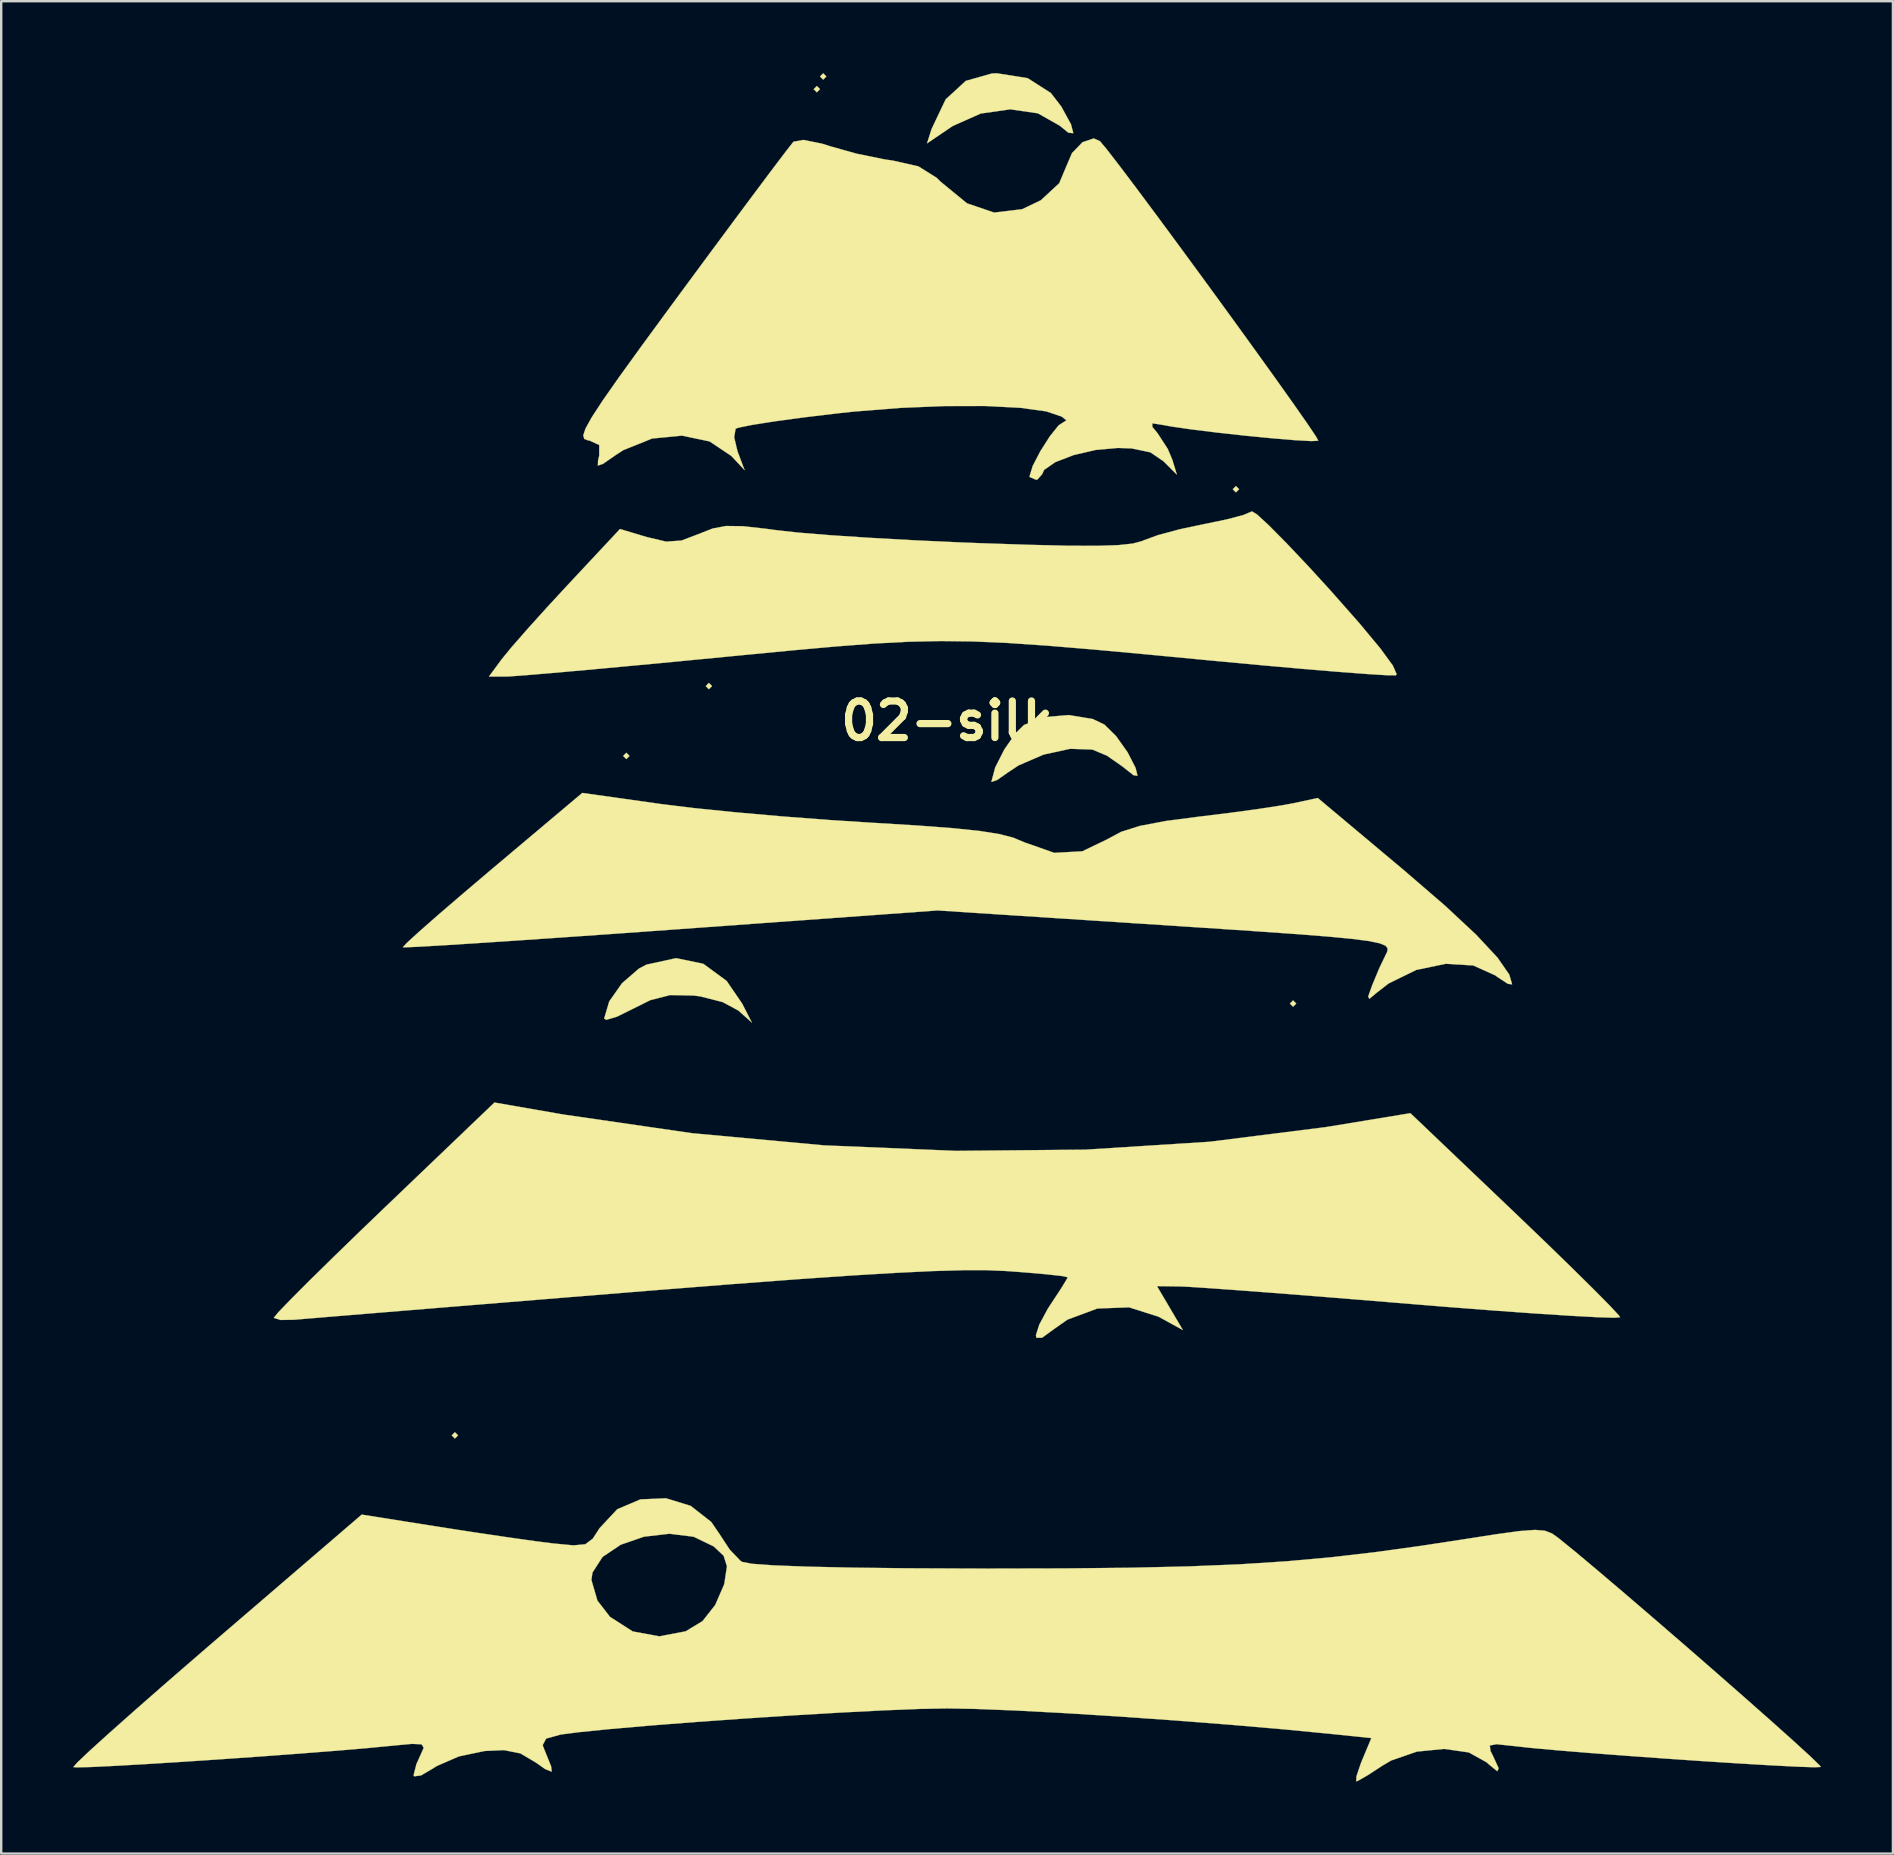
<source format=kicad_pcb>
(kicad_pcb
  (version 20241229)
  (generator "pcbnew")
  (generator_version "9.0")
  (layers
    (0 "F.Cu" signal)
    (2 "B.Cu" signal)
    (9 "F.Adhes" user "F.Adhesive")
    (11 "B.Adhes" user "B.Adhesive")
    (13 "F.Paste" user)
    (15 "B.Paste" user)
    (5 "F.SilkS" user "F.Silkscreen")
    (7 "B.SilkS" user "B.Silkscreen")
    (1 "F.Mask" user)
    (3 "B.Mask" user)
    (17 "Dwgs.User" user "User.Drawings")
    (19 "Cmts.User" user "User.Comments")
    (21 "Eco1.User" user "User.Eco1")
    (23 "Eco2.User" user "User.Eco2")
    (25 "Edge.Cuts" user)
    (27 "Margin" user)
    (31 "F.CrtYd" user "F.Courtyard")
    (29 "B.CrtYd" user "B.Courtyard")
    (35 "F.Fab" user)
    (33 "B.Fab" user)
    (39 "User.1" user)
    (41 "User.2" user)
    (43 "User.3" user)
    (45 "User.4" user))
  (footprint "02-silk"
    (layer "F.Cu")
    (at 36.409 26.992)
    (property "Reference" "02-silk" (at 0 0 0) (layer "F.SilkS") (effects (font (size 1.524 1.524) (thickness 0.3))))
    (attr through_hole)
    (fp_poly (pts (xy -20.373 29.766) (xy -20.505 29.898) (xy -20.638 29.766) (xy -20.505 29.633) (xy -20.373 29.766)) (stroke (width 0.01) (type solid)) (fill yes) (layer "F.SilkS"))
    (fp_poly (pts (xy -13.229 1.455) (xy -13.361 1.587) (xy -13.494 1.455) (xy -13.361 1.323) (xy -13.229 1.455)) (stroke (width 0.01) (type solid)) (fill yes) (layer "F.SilkS"))
    (fp_poly (pts (xy -9.79 -1.455) (xy -9.922 -1.323) (xy -10.054 -1.455) (xy -9.922 -1.587) (xy -9.79 -1.455)) (stroke (width 0.01) (type solid)) (fill yes) (layer "F.SilkS"))
    (fp_poly (pts (xy -5.292 -26.326) (xy -5.424 -26.194) (xy -5.556 -26.326) (xy -5.424 -26.458) (xy -5.292 -26.326)) (stroke (width 0.01) (type solid)) (fill yes) (layer "F.SilkS"))
    (fp_poly (pts (xy -5.027 -26.855) (xy -5.159 -26.723) (xy -5.292 -26.855) (xy -5.159 -26.988) (xy -5.027 -26.855)) (stroke (width 0.01) (type solid)) (fill yes) (layer "F.SilkS"))
    (fp_poly (pts (xy 12.171 -9.657) (xy 12.039 -9.525) (xy 11.906 -9.657) (xy 12.039 -9.79) (xy 12.171 -9.657)) (stroke (width 0.01) (type solid)) (fill yes) (layer "F.SilkS"))
    (fp_poly (pts (xy 14.552 11.774) (xy 14.42 11.906) (xy 14.287 11.774) (xy 14.42 11.642) (xy 14.552 11.774)) (stroke (width 0.01) (type solid)) (fill yes) (layer "F.SilkS"))
    (fp_poly (pts (xy 3.361 -26.785) (xy 4.327 -26.167) (xy 4.761 -25.605) (xy 5.165 -24.866) (xy 5.263 -24.493) (xy 5.057 -24.512) (xy 4.696 -24.806) (xy 3.787 -25.32) (xy 2.637 -25.487) (xy 1.402 -25.31) (xy 0.238 -24.792) (xy 0.15 -24.733) (xy -0.833 -24.067) (xy -0.643 -24.667) (xy -0.055 -25.903) (xy 0.783 -26.673) (xy 1.873 -26.981) (xy 2.082 -26.988) (xy 3.361 -26.785)) (stroke (width 0.01) (type solid)) (fill yes) (layer "F.SilkS"))
    (fp_poly (pts (xy -10.155 10.116) (xy -9.182 10.831) (xy -8.536 11.773) (xy -8.13 12.568) (xy -8.692 12.066) (xy -9.346 11.713) (xy -10.283 11.474) (xy -10.564 11.439) (xy -11.539 11.42) (xy -12.364 11.632) (xy -13.08 11.988) (xy -13.75 12.319) (xy -14.189 12.451) (xy -14.287 12.404) (xy -14.076 11.687) (xy -13.542 10.927) (xy -12.837 10.317) (xy -12.523 10.151) (xy -11.288 9.882) (xy -10.155 10.116)) (stroke (width 0.01) (type solid)) (fill yes) (layer "F.SilkS"))
    (fp_poly (pts (xy 6.066 -0.085) (xy 6.557 0.148) (xy 7.043 0.627) (xy 7.523 1.301) (xy 7.86 1.958) (xy 7.938 2.282) (xy 7.774 2.261) (xy 7.378 1.95) (xy 7.342 1.918) (xy 6.667 1.446) (xy 6.055 1.19) (xy 5.128 1.159) (xy 4.024 1.4) (xy 2.979 1.851) (xy 2.548 2.137) (xy 2.084 2.461) (xy 1.857 2.539) (xy 1.852 2.524) (xy 2.009 1.933) (xy 2.392 1.181) (xy 2.869 0.496) (xy 3.206 0.167) (xy 4.038 -0.162) (xy 5.076 -0.247) (xy 6.066 -0.085)) (stroke (width 0.01) (type solid)) (fill yes) (layer "F.SilkS"))
    (fp_poly (pts (xy -11.898 3.462) (xy -10.548 3.628) (xy -8.825 3.803) (xy -6.886 3.974) (xy -4.887 4.126) (xy -3.175 4.236) (xy -1.237 4.354) (xy 0.248 4.466) (xy 1.358 4.581) (xy 2.167 4.709) (xy 2.754 4.859) (xy 3.193 5.042) (xy 3.211 5.051) (xy 4.47 5.494) (xy 5.637 5.429) (xy 6.655 4.94) (xy 7.248 4.621) (xy 8.03 4.372) (xy 9.12 4.165) (xy 10.463 3.99) (xy 11.768 3.83) (xy 12.988 3.664) (xy 13.96 3.514) (xy 14.405 3.432) (xy 15.449 3.208) (xy 19.036 6.216) (xy 20.756 7.699) (xy 22.051 8.907) (xy 22.936 9.857) (xy 23.428 10.566) (xy 23.548 10.974) (xy 23.37 10.952) (xy 22.933 10.666) (xy 22.851 10.603) (xy 21.927 10.186) (xy 20.776 10.117) (xy 19.551 10.373) (xy 18.404 10.934) (xy 17.921 11.308) (xy 17.595 11.579) (xy 17.551 11.476) (xy 17.714 11.016) (xy 18.015 10.292) (xy 18.259 9.784) (xy 18.341 9.619) (xy 18.362 9.482) (xy 18.275 9.365) (xy 18.033 9.264) (xy 17.589 9.17) (xy 16.896 9.08) (xy 15.908 8.985) (xy 14.577 8.88) (xy 12.857 8.76) (xy 10.7 8.616) (xy 8.202 8.453) (xy -0.397 7.894) (xy -11.5 8.697) (xy -13.866 8.867) (xy -16.063 9.02) (xy -18.037 9.155) (xy -19.732 9.267) (xy -21.092 9.353) (xy -22.065 9.409) (xy -22.593 9.431) (xy -22.675 9.428) (xy -22.506 9.244) (xy -21.992 8.774) (xy -21.195 8.074) (xy -20.175 7.197) (xy -18.996 6.196) (xy -18.972 6.176) (xy -15.197 2.997) (xy -11.898 3.462)) (stroke (width 0.01) (type solid)) (fill yes) (layer "F.SilkS"))
    (fp_poly (pts (xy 12.91 -8.613) (xy 13.411 -8.152) (xy 14.145 -7.411) (xy 15.054 -6.45) (xy 15.962 -5.457) (xy 17.181 -4.076) (xy 18.057 -3.022) (xy 18.579 -2.308) (xy 18.737 -1.946) (xy 18.698 -1.903) (xy 18.339 -1.906) (xy 17.526 -1.956) (xy 16.331 -2.046) (xy 14.826 -2.171) (xy 13.083 -2.326) (xy 11.175 -2.503) (xy 11.07 -2.513) (xy 8.364 -2.771) (xy 6.099 -2.979) (xy 4.189 -3.138) (xy 2.55 -3.25) (xy 1.094 -3.314) (xy -0.263 -3.331) (xy -1.608 -3.302) (xy -3.025 -3.228) (xy -4.601 -3.108) (xy -6.422 -2.945) (xy -8.572 -2.738) (xy -9.293 -2.668) (xy -11.373 -2.467) (xy -13.309 -2.285) (xy -15.032 -2.126) (xy -16.472 -1.998) (xy -17.559 -1.907) (xy -18.223 -1.858) (xy -18.373 -1.852) (xy -19.086 -1.852) (xy -18.549 -2.58) (xy -18.157 -3.06) (xy -17.495 -3.817) (xy -16.66 -4.743) (xy -15.819 -5.653) (xy -13.626 -8) (xy -12.504 -7.663) (xy -11.698 -7.474) (xy -11.065 -7.519) (xy -10.345 -7.793) (xy -9.767 -8.02) (xy -9.208 -8.125) (xy -8.506 -8.117) (xy -7.496 -8.004) (xy -7.102 -7.95) (xy -6.182 -7.849) (xy -4.845 -7.74) (xy -3.203 -7.632) (xy -1.369 -7.53) (xy 0.545 -7.442) (xy 1.309 -7.412) (xy 3.403 -7.342) (xy 5.03 -7.304) (xy 6.254 -7.299) (xy 7.134 -7.328) (xy 7.735 -7.392) (xy 8.117 -7.493) (xy 8.189 -7.525) (xy 8.792 -7.746) (xy 9.714 -7.993) (xy 10.716 -8.205) (xy 11.647 -8.398) (xy 12.355 -8.585) (xy 12.694 -8.729) (xy 12.7 -8.737) (xy 12.91 -8.613)) (stroke (width 0.01) (type solid)) (fill yes) (layer "F.SilkS"))
    (fp_poly (pts (xy -15.977 16.398) (xy -10.61 17.177) (xy -5.122 17.682) (xy 0.374 17.911) (xy 5.766 17.861) (xy 10.94 17.532) (xy 15.784 16.921) (xy 15.938 16.896) (xy 19.308 16.341) (xy 23.677 20.506) (xy 24.927 21.705) (xy 26.037 22.784) (xy 26.954 23.69) (xy 27.624 24.368) (xy 27.992 24.765) (xy 28.046 24.844) (xy 27.793 24.864) (xy 27.074 24.842) (xy 25.951 24.781) (xy 24.485 24.686) (xy 22.739 24.561) (xy 20.773 24.409) (xy 19.381 24.295) (xy 17.248 24.12) (xy 15.245 23.959) (xy 13.444 23.818) (xy 11.915 23.703) (xy 10.73 23.619) (xy 9.96 23.57) (xy 9.732 23.561) (xy 8.749 23.548) (xy 9.828 25.377) (xy 8.812 24.82) (xy 7.587 24.432) (xy 6.265 24.48) (xy 5.018 24.944) (xy 4.499 25.307) (xy 3.962 25.698) (xy 3.725 25.7) (xy 3.704 25.593) (xy 3.845 25.15) (xy 4.198 24.494) (xy 4.366 24.235) (xy 4.764 23.63) (xy 5 23.241) (xy 5.027 23.177) (xy 4.782 23.125) (xy 4.122 23.052) (xy 3.159 22.969) (xy 2.447 22.917) (xy 1.656 22.885) (xy 0.657 22.885) (xy -0.591 22.92) (xy -2.133 22.994) (xy -4.013 23.107) (xy -6.274 23.263) (xy -8.96 23.465) (xy -12.115 23.714) (xy -13.229 23.804) (xy -15.837 24.015) (xy -18.306 24.217) (xy -20.582 24.402) (xy -22.611 24.568) (xy -24.338 24.71) (xy -25.708 24.823) (xy -26.666 24.903) (xy -27.159 24.945) (xy -27.186 24.948) (xy -27.77 24.958) (xy -28.043 24.873) (xy -28.046 24.86) (xy -27.863 24.637) (xy -27.348 24.103) (xy -26.555 23.308) (xy -25.535 22.306) (xy -24.342 21.149) (xy -23.452 20.294) (xy -18.857 15.897) (xy -15.977 16.398)) (stroke (width 0.01) (type solid)) (fill yes) (layer "F.SilkS"))
    (fp_poly (pts (xy 6.372 -24.161) (xy 6.656 -23.822) (xy 7.182 -23.142) (xy 7.903 -22.186) (xy 8.772 -21.019) (xy 9.741 -19.706) (xy 10.764 -18.31) (xy 11.793 -16.898) (xy 12.781 -15.532) (xy 13.682 -14.279) (xy 14.447 -13.202) (xy 15.031 -12.367) (xy 15.385 -11.838) (xy 15.47 -11.678) (xy 15.182 -11.663) (xy 14.492 -11.701) (xy 13.525 -11.782) (xy 12.404 -11.891) (xy 11.254 -12.018) (xy 10.197 -12.148) (xy 9.358 -12.269) (xy 9.003 -12.334) (xy 8.554 -12.404) (xy 8.557 -12.252) (xy 8.773 -11.992) (xy 9.201 -11.333) (xy 9.388 -10.888) (xy 9.577 -10.267) (xy 9.022 -10.822) (xy 8.472 -11.195) (xy 7.692 -11.358) (xy 7.118 -11.377) (xy 6.196 -11.294) (xy 5.279 -11.081) (xy 4.513 -10.786) (xy 4.045 -10.462) (xy 3.969 -10.289) (xy 3.767 -10.061) (xy 3.704 -10.054) (xy 3.447 -10.164) (xy 3.44 -10.197) (xy 3.57 -10.626) (xy 3.889 -11.241) (xy 4.286 -11.864) (xy 4.65 -12.317) (xy 4.834 -12.439) (xy 4.975 -12.526) (xy 4.781 -12.683) (xy 4.131 -12.902) (xy 3.045 -13.05) (xy 1.613 -13.124) (xy -0.077 -13.123) (xy -1.935 -13.047) (xy -3.873 -12.893) (xy -4.52 -12.824) (xy -5.938 -12.654) (xy -7.169 -12.487) (xy -8.118 -12.338) (xy -8.689 -12.222) (xy -8.807 -12.178) (xy -8.869 -11.827) (xy -8.73 -11.238) (xy -8.724 -11.222) (xy -8.432 -10.451) (xy -8.986 -11.043) (xy -9.89 -11.648) (xy -11.037 -11.89) (xy -12.285 -11.77) (xy -13.489 -11.285) (xy -13.79 -11.09) (xy -14.332 -10.715) (xy -14.548 -10.642) (xy -14.539 -10.864) (xy -14.492 -11.049) (xy -14.491 -11.499) (xy -14.892 -11.683) (xy -14.958 -11.693) (xy -15.112 -11.75) (xy -15.157 -11.9) (xy -15.063 -12.186) (xy -14.802 -12.656) (xy -14.346 -13.354) (xy -13.666 -14.325) (xy -12.734 -15.615) (xy -11.521 -17.27) (xy -11.107 -17.832) (xy -9.946 -19.405) (xy -8.88 -20.843) (xy -7.951 -22.09) (xy -7.202 -23.09) (xy -6.674 -23.785) (xy -6.411 -24.12) (xy -6.396 -24.137) (xy -5.982 -24.212) (xy -5.2 -24.054) (xy -4.86 -23.946) (xy -3.771 -23.64) (xy -2.603 -23.401) (xy -2.261 -23.352) (xy -1.194 -23.111) (xy -0.431 -22.634) (xy -0.276 -22.479) (xy 0.834 -21.569) (xy 1.966 -21.185) (xy 3.132 -21.326) (xy 3.909 -21.697) (xy 4.677 -22.409) (xy 4.936 -23.028) (xy 5.208 -23.664) (xy 5.649 -24.118) (xy 6.117 -24.275) (xy 6.372 -24.161)) (stroke (width 0.01) (type solid)) (fill yes) (layer "F.SilkS"))
    (fp_poly (pts (xy -10.68 32.703) (xy -9.824 33.373) (xy -9.495 33.853) (xy -9.056 34.523) (xy -8.606 34.993) (xy -8.538 35.038) (xy -8.134 35.116) (xy -7.226 35.182) (xy -5.835 35.235) (xy -3.986 35.276) (xy -1.703 35.303) (xy 0.992 35.315) (xy 1.72 35.316) (xy 4.905 35.309) (xy 7.65 35.281) (xy 10.042 35.226) (xy 12.169 35.14) (xy 14.119 35.015) (xy 15.981 34.848) (xy 17.843 34.632) (xy 19.793 34.362) (xy 21.499 34.101) (xy 22.886 33.885) (xy 23.851 33.753) (xy 24.493 33.705) (xy 24.912 33.738) (xy 25.207 33.852) (xy 25.479 34.045) (xy 25.481 34.047) (xy 26.175 34.611) (xy 27.11 35.394) (xy 28.226 36.343) (xy 29.462 37.404) (xy 30.758 38.524) (xy 32.052 39.651) (xy 33.283 40.731) (xy 34.39 41.71) (xy 35.312 42.536) (xy 35.989 43.155) (xy 36.359 43.515) (xy 36.41 43.583) (xy 36.129 43.595) (xy 35.408 43.57) (xy 34.334 43.515) (xy 32.996 43.436) (xy 31.481 43.339) (xy 29.876 43.229) (xy 28.269 43.113) (xy 26.748 42.997) (xy 25.4 42.886) (xy 24.312 42.787) (xy 23.595 42.708) (xy 22.897 42.634) (xy 22.616 42.689) (xy 22.648 42.919) (xy 22.735 43.091) (xy 22.987 43.639) (xy 22.929 43.761) (xy 22.557 43.458) (xy 22.49 43.392) (xy 21.742 42.977) (xy 20.714 42.83) (xy 19.578 42.943) (xy 18.508 43.313) (xy 18.149 43.524) (xy 17.535 43.924) (xy 17.124 44.159) (xy 17.05 44.185) (xy 17.06 43.972) (xy 17.239 43.443) (xy 17.303 43.283) (xy 17.681 42.38) (xy 16.183 42.224) (xy 14.118 42.023) (xy 11.849 41.827) (xy 9.481 41.643) (xy 7.121 41.477) (xy 4.876 41.337) (xy 2.85 41.23) (xy 1.15 41.163) (xy 0 41.143) (xy -1.125 41.164) (xy -2.636 41.224) (xy -4.432 41.316) (xy -6.407 41.432) (xy -8.457 41.566) (xy -10.48 41.71) (xy -12.371 41.857) (xy -14.026 42.001) (xy -15.342 42.134) (xy -16.096 42.231) (xy -16.702 42.399) (xy -16.846 42.671) (xy -16.823 42.746) (xy -16.584 43.337) (xy -16.493 43.564) (xy -16.471 43.78) (xy -16.746 43.669) (xy -17.135 43.396) (xy -17.778 43.016) (xy -18.463 42.881) (xy -19.262 42.917) (xy -20.337 43.142) (xy -21.267 43.547) (xy -21.397 43.632) (xy -21.916 43.935) (xy -22.204 43.973) (xy -22.225 43.921) (xy -22.108 43.463) (xy -21.936 43.081) (xy -21.804 42.783) (xy -21.889 42.64) (xy -22.29 42.62) (xy -23.109 42.695) (xy -23.192 42.704) (xy -24.194 42.8) (xy -25.489 42.909) (xy -26.994 43.027) (xy -28.623 43.147) (xy -30.291 43.264) (xy -31.915 43.372) (xy -33.408 43.465) (xy -34.687 43.538) (xy -35.666 43.585) (xy -36.261 43.6) (xy -36.404 43.588) (xy -36.238 43.396) (xy -35.718 42.904) (xy -34.89 42.154) (xy -33.804 41.19) (xy -32.507 40.054) (xy -31.047 38.789) (xy -30.449 38.274) (xy -27.555 35.788) (xy -14.817 35.788) (xy -14.566 36.651) (xy -14.043 37.327) (xy -13.097 37.935) (xy -11.989 38.139) (xy -10.892 37.931) (xy -10.187 37.505) (xy -9.658 36.833) (xy -9.294 35.995) (xy -9.274 35.915) (xy -9.169 35.22) (xy -9.307 34.783) (xy -9.72 34.394) (xy -10.557 33.989) (xy -11.567 33.865) (xy -12.622 33.987) (xy -13.593 34.321) (xy -14.352 34.83) (xy -14.772 35.481) (xy -14.817 35.788) (xy -27.555 35.788) (xy -24.387 33.067) (xy -21.123 33.585) (xy -19.705 33.804) (xy -18.325 34.009) (xy -17.149 34.175) (xy -16.404 34.27) (xy -15.562 34.349) (xy -15.072 34.302) (xy -14.76 34.07) (xy -14.475 33.63) (xy -13.742 32.845) (xy -12.775 32.433) (xy -11.709 32.387) (xy -10.68 32.703)) (stroke (width 0.01) (type solid)) (fill yes) (layer "F.SilkS")))
  (gr_rect
    (start -3 -3)
    (end 75.823 74.183)
    (stroke (width 0.1) (type default))
    (fill no)
    (layer "Edge.Cuts")))
</source>
